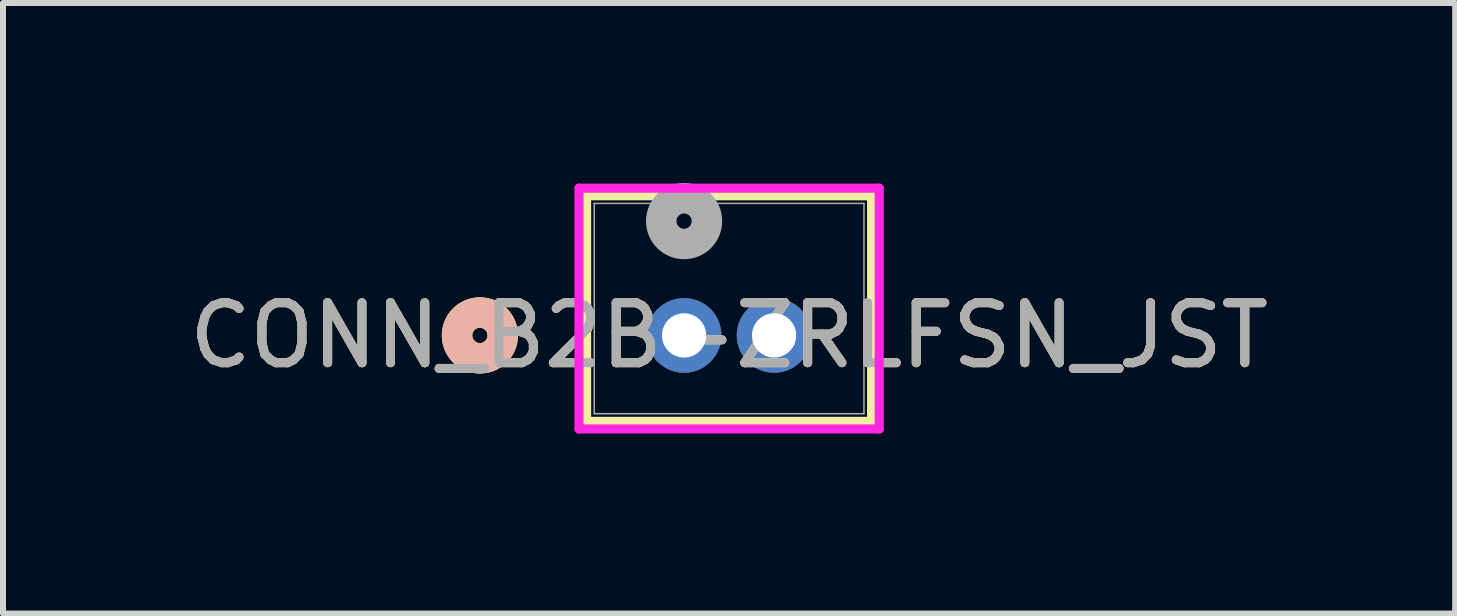
<source format=kicad_pcb>
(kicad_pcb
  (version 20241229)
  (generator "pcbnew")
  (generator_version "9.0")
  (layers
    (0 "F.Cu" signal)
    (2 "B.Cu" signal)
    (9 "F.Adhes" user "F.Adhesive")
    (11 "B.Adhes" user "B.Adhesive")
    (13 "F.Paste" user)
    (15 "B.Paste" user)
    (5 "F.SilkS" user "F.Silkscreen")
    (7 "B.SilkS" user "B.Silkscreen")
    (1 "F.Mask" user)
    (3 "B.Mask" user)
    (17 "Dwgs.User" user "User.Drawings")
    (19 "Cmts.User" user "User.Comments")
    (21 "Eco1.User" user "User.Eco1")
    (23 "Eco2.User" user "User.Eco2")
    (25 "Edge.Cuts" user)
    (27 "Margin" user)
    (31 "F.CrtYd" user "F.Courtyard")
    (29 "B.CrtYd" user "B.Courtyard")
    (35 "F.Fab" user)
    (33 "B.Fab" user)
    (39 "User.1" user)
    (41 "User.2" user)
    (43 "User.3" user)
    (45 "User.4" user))
  (footprint "CONN_B2B-ZRLFSN_JST"
    (layer "F.Cu")
    (at 8.351 2.54)
    (property "Reference" "CONN_B2B-ZRLFSN_JST" (at 0.75 0 0) (unlocked yes) (layer "F.SilkS") (effects (font (size 1 1) (thickness 0.15))))
    (attr through_hole)
    (fp_line (start -1.625 -2.327) (end -1.625 1.432) (stroke (width 0.152) (type solid)) (layer "F.SilkS"))
    (fp_line (start -1.625 1.432) (end 3.125 1.432) (stroke (width 0.152) (type solid)) (layer "F.SilkS"))
    (fp_line (start 3.125 -2.327) (end -1.625 -2.327) (stroke (width 0.152) (type solid)) (layer "F.SilkS"))
    (fp_line (start 3.125 1.432) (end 3.125 -2.327) (stroke (width 0.152) (type solid)) (layer "F.SilkS"))
    (fp_circle (center -3.403 0) (end -3.022 0) (stroke (width 0.508) (type solid)) (fill no) (layer "F.SilkS"))
    (fp_circle (center -3.403 0) (end -3.022 0) (stroke (width 0.508) (type solid)) (fill no) (layer "B.SilkS"))
    (fp_line (start -1.752 -2.454) (end -1.752 1.559) (stroke (width 0.152) (type solid)) (layer "F.CrtYd"))
    (fp_line (start -1.752 1.559) (end 3.252 1.559) (stroke (width 0.152) (type solid)) (layer "F.CrtYd"))
    (fp_line (start 3.252 -2.454) (end -1.752 -2.454) (stroke (width 0.152) (type solid)) (layer "F.CrtYd"))
    (fp_line (start 3.252 1.559) (end 3.252 -2.454) (stroke (width 0.152) (type solid)) (layer "F.CrtYd"))
    (fp_line (start -1.498 -2.2) (end -1.498 1.305) (stroke (width 0.025) (type solid)) (layer "F.Fab"))
    (fp_line (start -1.498 1.305) (end 2.998 1.305) (stroke (width 0.025) (type solid)) (layer "F.Fab"))
    (fp_line (start 2.998 -2.2) (end -1.498 -2.2) (stroke (width 0.025) (type solid)) (layer "F.Fab"))
    (fp_line (start 2.998 1.305) (end 2.998 -2.2) (stroke (width 0.025) (type solid)) (layer "F.Fab"))
    (fp_circle (center 0 -1.905) (end 0.381 -1.905) (stroke (width 0.508) (type solid)) (fill no) (layer "F.Fab"))
    (fp_text user "${REFERENCE}" (at 0.75 0 0) (unlocked yes) (layer "F.Fab") (effects (font (size 1 1) (thickness 0.15))))
    (pad "1" thru_hole circle (at -0.000001 0) (size 1.245 1.245) (drill 0.737) (layers "*.Cu" "*.Mask"))
    (pad "2" thru_hole circle (at 1.5 0) (size 1.245 1.245) (drill 0.737) (layers "*.Cu" "*.Mask")))
  (gr_rect
    (start -3 -3)
    (end 21.202 7.175)
    (stroke (width 0.1) (type default))
    (fill no)
    (layer "Edge.Cuts")))
</source>
